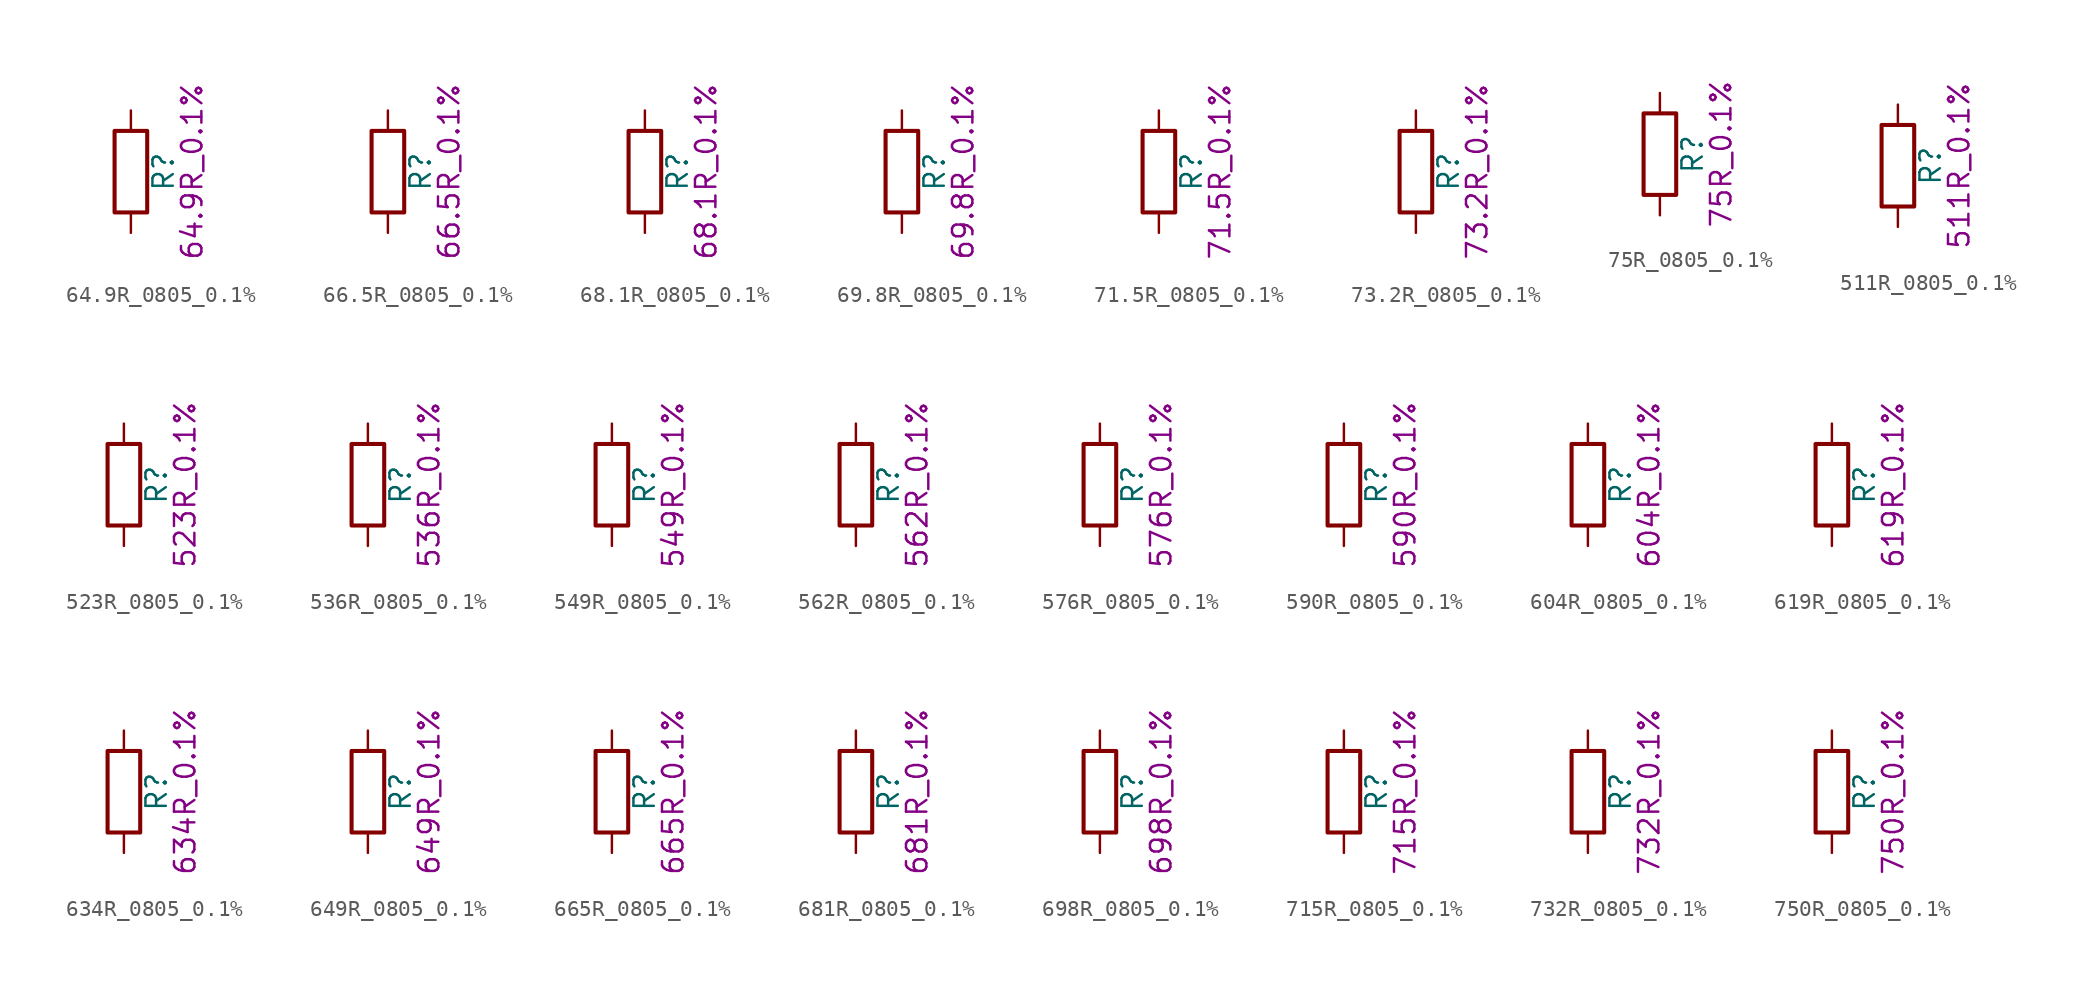
<source format=kicad_sym>
(kicad_symbol_lib
  (version 20211014)
  (generator kicad_symbol_editor)
  (symbol "64.9R_0805_0.1%"
    (pin_numbers hide)
    (pin_names
      (offset 0))
    (property "Reference" "R"
      (at 2.032 0 90)
      (effects (font (size 1.27 1.27))))
    (property "Display" "64.9R_0.1%"
      (at 3.81 0 90)
      (effects (font (size 1.27 1.27))))
    (symbol "64.9R_0805_0.1%_0_1"
      (rectangle (start -1.016 -2.54) (end 1.016 2.54) (stroke (width 0.254) (type default) (color 0 0 0 0)) (fill (type none))))
    (symbol "64.9R_0805_0.1%_1_1"
      (pin passive line (at 0 3.81 270) (length 1.27) (name "~" (effects (font (size 1.27 1.27)))) (number "1" (effects (font (size 1.27 1.27)))))
      (pin passive line (at 0 -3.81 90) (length 1.27) (name "~" (effects (font (size 1.27 1.27)))) (number "2" (effects (font (size 1.27 1.27)))))))
  (symbol "66.5R_0805_0.1%"
    (pin_numbers hide)
    (pin_names
      (offset 0))
    (property "Reference" "R"
      (at 2.032 0 90)
      (effects (font (size 1.27 1.27))))
    (property "Display" "66.5R_0.1%"
      (at 3.81 0 90)
      (effects (font (size 1.27 1.27))))
    (symbol "66.5R_0805_0.1%_0_1"
      (rectangle (start -1.016 -2.54) (end 1.016 2.54) (stroke (width 0.254) (type default) (color 0 0 0 0)) (fill (type none))))
    (symbol "66.5R_0805_0.1%_1_1"
      (pin passive line (at 0 3.81 270) (length 1.27) (name "~" (effects (font (size 1.27 1.27)))) (number "1" (effects (font (size 1.27 1.27)))))
      (pin passive line (at 0 -3.81 90) (length 1.27) (name "~" (effects (font (size 1.27 1.27)))) (number "2" (effects (font (size 1.27 1.27)))))))
  (symbol "68.1R_0805_0.1%"
    (pin_numbers hide)
    (pin_names
      (offset 0))
    (property "Reference" "R"
      (at 2.032 0 90)
      (effects (font (size 1.27 1.27))))
    (property "Display" "68.1R_0.1%"
      (at 3.81 0 90)
      (effects (font (size 1.27 1.27))))
    (symbol "68.1R_0805_0.1%_0_1"
      (rectangle (start -1.016 -2.54) (end 1.016 2.54) (stroke (width 0.254) (type default) (color 0 0 0 0)) (fill (type none))))
    (symbol "68.1R_0805_0.1%_1_1"
      (pin passive line (at 0 3.81 270) (length 1.27) (name "~" (effects (font (size 1.27 1.27)))) (number "1" (effects (font (size 1.27 1.27)))))
      (pin passive line (at 0 -3.81 90) (length 1.27) (name "~" (effects (font (size 1.27 1.27)))) (number "2" (effects (font (size 1.27 1.27)))))))
  (symbol "69.8R_0805_0.1%"
    (pin_numbers hide)
    (pin_names
      (offset 0))
    (property "Reference" "R"
      (at 2.032 0 90)
      (effects (font (size 1.27 1.27))))
    (property "Display" "69.8R_0.1%"
      (at 3.81 0 90)
      (effects (font (size 1.27 1.27))))
    (symbol "69.8R_0805_0.1%_0_1"
      (rectangle (start -1.016 -2.54) (end 1.016 2.54) (stroke (width 0.254) (type default) (color 0 0 0 0)) (fill (type none))))
    (symbol "69.8R_0805_0.1%_1_1"
      (pin passive line (at 0 3.81 270) (length 1.27) (name "~" (effects (font (size 1.27 1.27)))) (number "1" (effects (font (size 1.27 1.27)))))
      (pin passive line (at 0 -3.81 90) (length 1.27) (name "~" (effects (font (size 1.27 1.27)))) (number "2" (effects (font (size 1.27 1.27)))))))
  (symbol "71.5R_0805_0.1%"
    (pin_numbers hide)
    (pin_names
      (offset 0))
    (property "Reference" "R"
      (at 2.032 0 90)
      (effects (font (size 1.27 1.27))))
    (property "Display" "71.5R_0.1%"
      (at 3.81 0 90)
      (effects (font (size 1.27 1.27))))
    (symbol "71.5R_0805_0.1%_0_1"
      (rectangle (start -1.016 -2.54) (end 1.016 2.54) (stroke (width 0.254) (type default) (color 0 0 0 0)) (fill (type none))))
    (symbol "71.5R_0805_0.1%_1_1"
      (pin passive line (at 0 3.81 270) (length 1.27) (name "~" (effects (font (size 1.27 1.27)))) (number "1" (effects (font (size 1.27 1.27)))))
      (pin passive line (at 0 -3.81 90) (length 1.27) (name "~" (effects (font (size 1.27 1.27)))) (number "2" (effects (font (size 1.27 1.27)))))))
  (symbol "73.2R_0805_0.1%"
    (pin_numbers hide)
    (pin_names
      (offset 0))
    (property "Reference" "R"
      (at 2.032 0 90)
      (effects (font (size 1.27 1.27))))
    (property "Display" "73.2R_0.1%"
      (at 3.81 0 90)
      (effects (font (size 1.27 1.27))))
    (symbol "73.2R_0805_0.1%_0_1"
      (rectangle (start -1.016 -2.54) (end 1.016 2.54) (stroke (width 0.254) (type default) (color 0 0 0 0)) (fill (type none))))
    (symbol "73.2R_0805_0.1%_1_1"
      (pin passive line (at 0 3.81 270) (length 1.27) (name "~" (effects (font (size 1.27 1.27)))) (number "1" (effects (font (size 1.27 1.27)))))
      (pin passive line (at 0 -3.81 90) (length 1.27) (name "~" (effects (font (size 1.27 1.27)))) (number "2" (effects (font (size 1.27 1.27)))))))
  (symbol "75R_0805_0.1%"
    (pin_numbers hide)
    (pin_names
      (offset 0))
    (property "Reference" "R"
      (at 2.032 0 90)
      (effects (font (size 1.27 1.27))))
    (property "Display" "75R_0.1%"
      (at 3.81 0 90)
      (effects (font (size 1.27 1.27))))
    (symbol "75R_0805_0.1%_0_1"
      (rectangle (start -1.016 -2.54) (end 1.016 2.54) (stroke (width 0.254) (type default) (color 0 0 0 0)) (fill (type none))))
    (symbol "75R_0805_0.1%_1_1"
      (pin passive line (at 0 3.81 270) (length 1.27) (name "~" (effects (font (size 1.27 1.27)))) (number "1" (effects (font (size 1.27 1.27)))))
      (pin passive line (at 0 -3.81 90) (length 1.27) (name "~" (effects (font (size 1.27 1.27)))) (number "2" (effects (font (size 1.27 1.27)))))))
  (symbol "511R_0805_0.1%"
    (pin_numbers hide)
    (pin_names
      (offset 0))
    (property "Reference" "R"
      (at 2.032 0 90)
      (effects (font (size 1.27 1.27))))
    (property "Display" "511R_0.1%"
      (at 3.81 0 90)
      (effects (font (size 1.27 1.27))))
    (symbol "511R_0805_0.1%_0_1"
      (rectangle (start -1.016 -2.54) (end 1.016 2.54) (stroke (width 0.254) (type default) (color 0 0 0 0)) (fill (type none))))
    (symbol "511R_0805_0.1%_1_1"
      (pin passive line (at 0 3.81 270) (length 1.27) (name "~" (effects (font (size 1.27 1.27)))) (number "1" (effects (font (size 1.27 1.27)))))
      (pin passive line (at 0 -3.81 90) (length 1.27) (name "~" (effects (font (size 1.27 1.27)))) (number "2" (effects (font (size 1.27 1.27)))))))
  (symbol "523R_0805_0.1%"
    (pin_numbers hide)
    (pin_names
      (offset 0))
    (property "Reference" "R"
      (at 2.032 0 90)
      (effects (font (size 1.27 1.27))))
    (property "Display" "523R_0.1%"
      (at 3.81 0 90)
      (effects (font (size 1.27 1.27))))
    (symbol "523R_0805_0.1%_0_1"
      (rectangle (start -1.016 -2.54) (end 1.016 2.54) (stroke (width 0.254) (type default) (color 0 0 0 0)) (fill (type none))))
    (symbol "523R_0805_0.1%_1_1"
      (pin passive line (at 0 3.81 270) (length 1.27) (name "~" (effects (font (size 1.27 1.27)))) (number "1" (effects (font (size 1.27 1.27)))))
      (pin passive line (at 0 -3.81 90) (length 1.27) (name "~" (effects (font (size 1.27 1.27)))) (number "2" (effects (font (size 1.27 1.27)))))))
  (symbol "536R_0805_0.1%"
    (pin_numbers hide)
    (pin_names
      (offset 0))
    (property "Reference" "R"
      (at 2.032 0 90)
      (effects (font (size 1.27 1.27))))
    (property "Display" "536R_0.1%"
      (at 3.81 0 90)
      (effects (font (size 1.27 1.27))))
    (symbol "536R_0805_0.1%_0_1"
      (rectangle (start -1.016 -2.54) (end 1.016 2.54) (stroke (width 0.254) (type default) (color 0 0 0 0)) (fill (type none))))
    (symbol "536R_0805_0.1%_1_1"
      (pin passive line (at 0 3.81 270) (length 1.27) (name "~" (effects (font (size 1.27 1.27)))) (number "1" (effects (font (size 1.27 1.27)))))
      (pin passive line (at 0 -3.81 90) (length 1.27) (name "~" (effects (font (size 1.27 1.27)))) (number "2" (effects (font (size 1.27 1.27)))))))
  (symbol "549R_0805_0.1%"
    (pin_numbers hide)
    (pin_names
      (offset 0))
    (property "Reference" "R"
      (at 2.032 0 90)
      (effects (font (size 1.27 1.27))))
    (property "Display" "549R_0.1%"
      (at 3.81 0 90)
      (effects (font (size 1.27 1.27))))
    (symbol "549R_0805_0.1%_0_1"
      (rectangle (start -1.016 -2.54) (end 1.016 2.54) (stroke (width 0.254) (type default) (color 0 0 0 0)) (fill (type none))))
    (symbol "549R_0805_0.1%_1_1"
      (pin passive line (at 0 3.81 270) (length 1.27) (name "~" (effects (font (size 1.27 1.27)))) (number "1" (effects (font (size 1.27 1.27)))))
      (pin passive line (at 0 -3.81 90) (length 1.27) (name "~" (effects (font (size 1.27 1.27)))) (number "2" (effects (font (size 1.27 1.27)))))))
  (symbol "562R_0805_0.1%"
    (pin_numbers hide)
    (pin_names
      (offset 0))
    (property "Reference" "R"
      (at 2.032 0 90)
      (effects (font (size 1.27 1.27))))
    (property "Display" "562R_0.1%"
      (at 3.81 0 90)
      (effects (font (size 1.27 1.27))))
    (symbol "562R_0805_0.1%_0_1"
      (rectangle (start -1.016 -2.54) (end 1.016 2.54) (stroke (width 0.254) (type default) (color 0 0 0 0)) (fill (type none))))
    (symbol "562R_0805_0.1%_1_1"
      (pin passive line (at 0 3.81 270) (length 1.27) (name "~" (effects (font (size 1.27 1.27)))) (number "1" (effects (font (size 1.27 1.27)))))
      (pin passive line (at 0 -3.81 90) (length 1.27) (name "~" (effects (font (size 1.27 1.27)))) (number "2" (effects (font (size 1.27 1.27)))))))
  (symbol "576R_0805_0.1%"
    (pin_numbers hide)
    (pin_names
      (offset 0))
    (property "Reference" "R"
      (at 2.032 0 90)
      (effects (font (size 1.27 1.27))))
    (property "Display" "576R_0.1%"
      (at 3.81 0 90)
      (effects (font (size 1.27 1.27))))
    (symbol "576R_0805_0.1%_0_1"
      (rectangle (start -1.016 -2.54) (end 1.016 2.54) (stroke (width 0.254) (type default) (color 0 0 0 0)) (fill (type none))))
    (symbol "576R_0805_0.1%_1_1"
      (pin passive line (at 0 3.81 270) (length 1.27) (name "~" (effects (font (size 1.27 1.27)))) (number "1" (effects (font (size 1.27 1.27)))))
      (pin passive line (at 0 -3.81 90) (length 1.27) (name "~" (effects (font (size 1.27 1.27)))) (number "2" (effects (font (size 1.27 1.27)))))))
  (symbol "590R_0805_0.1%"
    (pin_numbers hide)
    (pin_names
      (offset 0))
    (property "Reference" "R"
      (at 2.032 0 90)
      (effects (font (size 1.27 1.27))))
    (property "Display" "590R_0.1%"
      (at 3.81 0 90)
      (effects (font (size 1.27 1.27))))
    (symbol "590R_0805_0.1%_0_1"
      (rectangle (start -1.016 -2.54) (end 1.016 2.54) (stroke (width 0.254) (type default) (color 0 0 0 0)) (fill (type none))))
    (symbol "590R_0805_0.1%_1_1"
      (pin passive line (at 0 3.81 270) (length 1.27) (name "~" (effects (font (size 1.27 1.27)))) (number "1" (effects (font (size 1.27 1.27)))))
      (pin passive line (at 0 -3.81 90) (length 1.27) (name "~" (effects (font (size 1.27 1.27)))) (number "2" (effects (font (size 1.27 1.27)))))))
  (symbol "604R_0805_0.1%"
    (pin_numbers hide)
    (pin_names
      (offset 0))
    (property "Reference" "R"
      (at 2.032 0 90)
      (effects (font (size 1.27 1.27))))
    (property "Display" "604R_0.1%"
      (at 3.81 0 90)
      (effects (font (size 1.27 1.27))))
    (symbol "604R_0805_0.1%_0_1"
      (rectangle (start -1.016 -2.54) (end 1.016 2.54) (stroke (width 0.254) (type default) (color 0 0 0 0)) (fill (type none))))
    (symbol "604R_0805_0.1%_1_1"
      (pin passive line (at 0 3.81 270) (length 1.27) (name "~" (effects (font (size 1.27 1.27)))) (number "1" (effects (font (size 1.27 1.27)))))
      (pin passive line (at 0 -3.81 90) (length 1.27) (name "~" (effects (font (size 1.27 1.27)))) (number "2" (effects (font (size 1.27 1.27)))))))
  (symbol "619R_0805_0.1%"
    (pin_numbers hide)
    (pin_names
      (offset 0))
    (property "Reference" "R"
      (at 2.032 0 90)
      (effects (font (size 1.27 1.27))))
    (property "Display" "619R_0.1%"
      (at 3.81 0 90)
      (effects (font (size 1.27 1.27))))
    (symbol "619R_0805_0.1%_0_1"
      (rectangle (start -1.016 -2.54) (end 1.016 2.54) (stroke (width 0.254) (type default) (color 0 0 0 0)) (fill (type none))))
    (symbol "619R_0805_0.1%_1_1"
      (pin passive line (at 0 3.81 270) (length 1.27) (name "~" (effects (font (size 1.27 1.27)))) (number "1" (effects (font (size 1.27 1.27)))))
      (pin passive line (at 0 -3.81 90) (length 1.27) (name "~" (effects (font (size 1.27 1.27)))) (number "2" (effects (font (size 1.27 1.27)))))))
  (symbol "634R_0805_0.1%"
    (pin_numbers hide)
    (pin_names
      (offset 0))
    (property "Reference" "R"
      (at 2.032 0 90)
      (effects (font (size 1.27 1.27))))
    (property "Display" "634R_0.1%"
      (at 3.81 0 90)
      (effects (font (size 1.27 1.27))))
    (symbol "634R_0805_0.1%_0_1"
      (rectangle (start -1.016 -2.54) (end 1.016 2.54) (stroke (width 0.254) (type default) (color 0 0 0 0)) (fill (type none))))
    (symbol "634R_0805_0.1%_1_1"
      (pin passive line (at 0 3.81 270) (length 1.27) (name "~" (effects (font (size 1.27 1.27)))) (number "1" (effects (font (size 1.27 1.27)))))
      (pin passive line (at 0 -3.81 90) (length 1.27) (name "~" (effects (font (size 1.27 1.27)))) (number "2" (effects (font (size 1.27 1.27)))))))
  (symbol "649R_0805_0.1%"
    (pin_numbers hide)
    (pin_names
      (offset 0))
    (property "Reference" "R"
      (at 2.032 0 90)
      (effects (font (size 1.27 1.27))))
    (property "Display" "649R_0.1%"
      (at 3.81 0 90)
      (effects (font (size 1.27 1.27))))
    (symbol "649R_0805_0.1%_0_1"
      (rectangle (start -1.016 -2.54) (end 1.016 2.54) (stroke (width 0.254) (type default) (color 0 0 0 0)) (fill (type none))))
    (symbol "649R_0805_0.1%_1_1"
      (pin passive line (at 0 3.81 270) (length 1.27) (name "~" (effects (font (size 1.27 1.27)))) (number "1" (effects (font (size 1.27 1.27)))))
      (pin passive line (at 0 -3.81 90) (length 1.27) (name "~" (effects (font (size 1.27 1.27)))) (number "2" (effects (font (size 1.27 1.27)))))))
  (symbol "665R_0805_0.1%"
    (pin_numbers hide)
    (pin_names
      (offset 0))
    (property "Reference" "R"
      (at 2.032 0 90)
      (effects (font (size 1.27 1.27))))
    (property "Display" "665R_0.1%"
      (at 3.81 0 90)
      (effects (font (size 1.27 1.27))))
    (symbol "665R_0805_0.1%_0_1"
      (rectangle (start -1.016 -2.54) (end 1.016 2.54) (stroke (width 0.254) (type default) (color 0 0 0 0)) (fill (type none))))
    (symbol "665R_0805_0.1%_1_1"
      (pin passive line (at 0 3.81 270) (length 1.27) (name "~" (effects (font (size 1.27 1.27)))) (number "1" (effects (font (size 1.27 1.27)))))
      (pin passive line (at 0 -3.81 90) (length 1.27) (name "~" (effects (font (size 1.27 1.27)))) (number "2" (effects (font (size 1.27 1.27)))))))
  (symbol "681R_0805_0.1%"
    (pin_numbers hide)
    (pin_names
      (offset 0))
    (property "Reference" "R"
      (at 2.032 0 90)
      (effects (font (size 1.27 1.27))))
    (property "Display" "681R_0.1%"
      (at 3.81 0 90)
      (effects (font (size 1.27 1.27))))
    (symbol "681R_0805_0.1%_0_1"
      (rectangle (start -1.016 -2.54) (end 1.016 2.54) (stroke (width 0.254) (type default) (color 0 0 0 0)) (fill (type none))))
    (symbol "681R_0805_0.1%_1_1"
      (pin passive line (at 0 3.81 270) (length 1.27) (name "~" (effects (font (size 1.27 1.27)))) (number "1" (effects (font (size 1.27 1.27)))))
      (pin passive line (at 0 -3.81 90) (length 1.27) (name "~" (effects (font (size 1.27 1.27)))) (number "2" (effects (font (size 1.27 1.27)))))))
  (symbol "698R_0805_0.1%"
    (pin_numbers hide)
    (pin_names
      (offset 0))
    (property "Reference" "R"
      (at 2.032 0 90)
      (effects (font (size 1.27 1.27))))
    (property "Display" "698R_0.1%"
      (at 3.81 0 90)
      (effects (font (size 1.27 1.27))))
    (symbol "698R_0805_0.1%_0_1"
      (rectangle (start -1.016 -2.54) (end 1.016 2.54) (stroke (width 0.254) (type default) (color 0 0 0 0)) (fill (type none))))
    (symbol "698R_0805_0.1%_1_1"
      (pin passive line (at 0 3.81 270) (length 1.27) (name "~" (effects (font (size 1.27 1.27)))) (number "1" (effects (font (size 1.27 1.27)))))
      (pin passive line (at 0 -3.81 90) (length 1.27) (name "~" (effects (font (size 1.27 1.27)))) (number "2" (effects (font (size 1.27 1.27)))))))
  (symbol "715R_0805_0.1%"
    (pin_numbers hide)
    (pin_names
      (offset 0))
    (property "Reference" "R"
      (at 2.032 0 90)
      (effects (font (size 1.27 1.27))))
    (property "Display" "715R_0.1%"
      (at 3.81 0 90)
      (effects (font (size 1.27 1.27))))
    (symbol "715R_0805_0.1%_0_1"
      (rectangle (start -1.016 -2.54) (end 1.016 2.54) (stroke (width 0.254) (type default) (color 0 0 0 0)) (fill (type none))))
    (symbol "715R_0805_0.1%_1_1"
      (pin passive line (at 0 3.81 270) (length 1.27) (name "~" (effects (font (size 1.27 1.27)))) (number "1" (effects (font (size 1.27 1.27)))))
      (pin passive line (at 0 -3.81 90) (length 1.27) (name "~" (effects (font (size 1.27 1.27)))) (number "2" (effects (font (size 1.27 1.27)))))))
  (symbol "732R_0805_0.1%"
    (pin_numbers hide)
    (pin_names
      (offset 0))
    (property "Reference" "R"
      (at 2.032 0 90)
      (effects (font (size 1.27 1.27))))
    (property "Display" "732R_0.1%"
      (at 3.81 0 90)
      (effects (font (size 1.27 1.27))))
    (symbol "732R_0805_0.1%_0_1"
      (rectangle (start -1.016 -2.54) (end 1.016 2.54) (stroke (width 0.254) (type default) (color 0 0 0 0)) (fill (type none))))
    (symbol "732R_0805_0.1%_1_1"
      (pin passive line (at 0 3.81 270) (length 1.27) (name "~" (effects (font (size 1.27 1.27)))) (number "1" (effects (font (size 1.27 1.27)))))
      (pin passive line (at 0 -3.81 90) (length 1.27) (name "~" (effects (font (size 1.27 1.27)))) (number "2" (effects (font (size 1.27 1.27)))))))
  (symbol "750R_0805_0.1%"
    (pin_numbers hide)
    (pin_names
      (offset 0))
    (property "Reference" "R"
      (at 2.032 0 90)
      (effects (font (size 1.27 1.27))))
    (property "Display" "750R_0.1%"
      (at 3.81 0 90)
      (effects (font (size 1.27 1.27))))
    (symbol "750R_0805_0.1%_0_1"
      (rectangle (start -1.016 -2.54) (end 1.016 2.54) (stroke (width 0.254) (type default) (color 0 0 0 0)) (fill (type none))))
    (symbol "750R_0805_0.1%_1_1"
      (pin passive line (at 0 3.81 270) (length 1.27) (name "~" (effects (font (size 1.27 1.27)))) (number "1" (effects (font (size 1.27 1.27)))))
      (pin passive line (at 0 -3.81 90) (length 1.27) (name "~" (effects (font (size 1.27 1.27)))) (number "2" (effects (font (size 1.27 1.27))))))))
</source>
